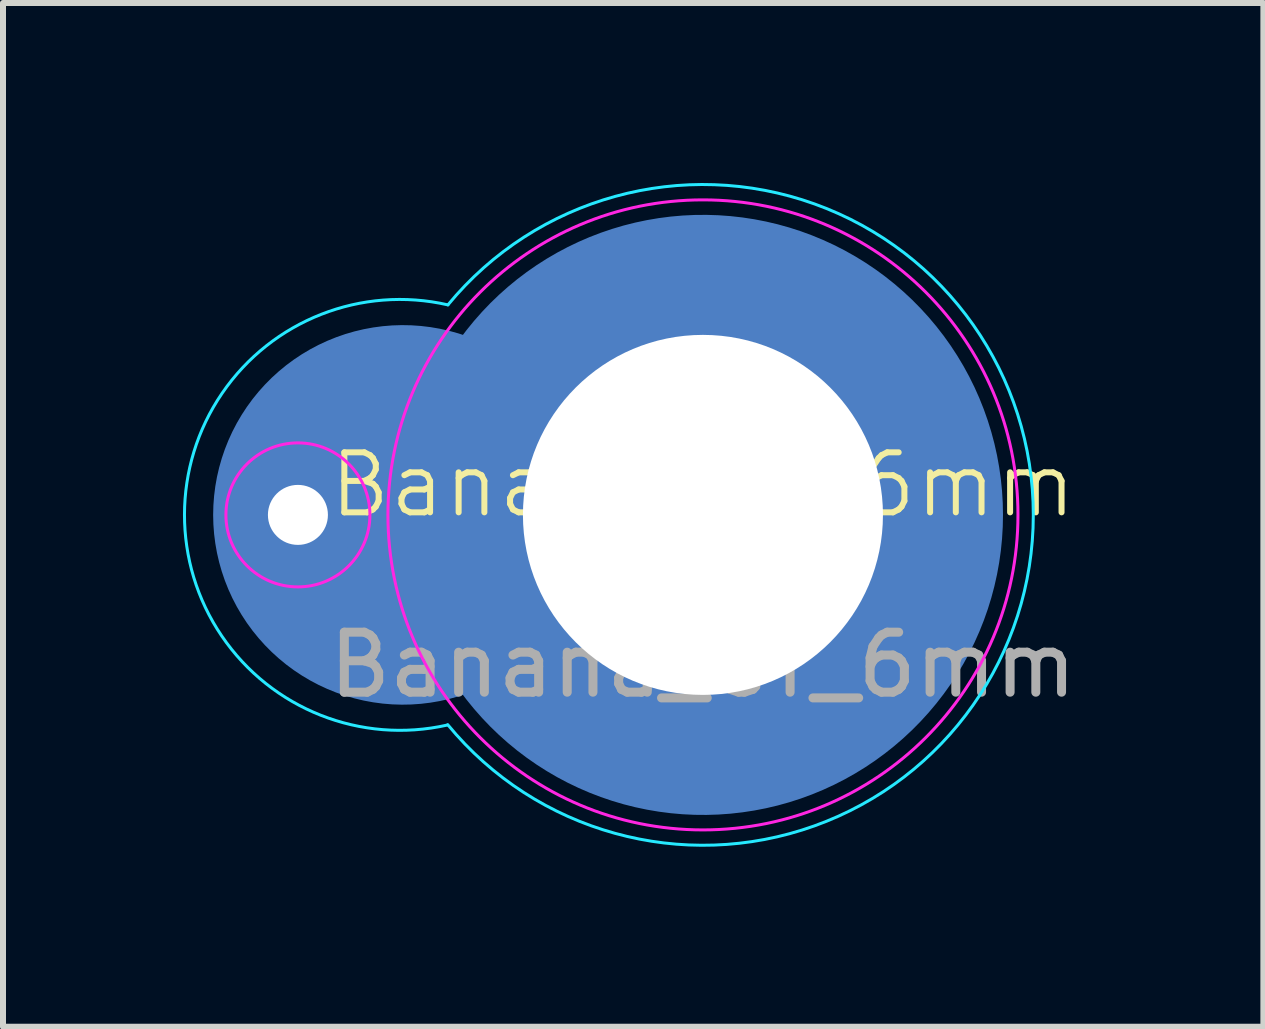
<source format=kicad_pcb>
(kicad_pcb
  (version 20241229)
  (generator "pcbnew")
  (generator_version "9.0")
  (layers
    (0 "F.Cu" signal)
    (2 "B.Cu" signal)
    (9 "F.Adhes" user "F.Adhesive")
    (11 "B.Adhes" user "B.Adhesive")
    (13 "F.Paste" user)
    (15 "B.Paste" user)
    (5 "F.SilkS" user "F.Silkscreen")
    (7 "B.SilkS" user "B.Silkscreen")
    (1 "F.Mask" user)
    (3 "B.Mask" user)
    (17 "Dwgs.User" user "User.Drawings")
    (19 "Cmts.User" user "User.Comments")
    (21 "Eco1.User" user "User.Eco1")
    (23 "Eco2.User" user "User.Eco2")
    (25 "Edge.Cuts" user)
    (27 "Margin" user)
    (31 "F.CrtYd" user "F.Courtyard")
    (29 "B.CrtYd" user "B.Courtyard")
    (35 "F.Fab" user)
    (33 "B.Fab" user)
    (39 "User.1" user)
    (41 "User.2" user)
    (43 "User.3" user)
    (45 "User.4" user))
  (footprint "Banana_CT_6mm"
    (layer "F.Cu")
    (at 8.665 5.531)
    (property "Reference" "Banana_CT_6mm" (at 0 -0.5 0) (unlocked yes) (layer "F.SilkS") (effects (font (size 1 1) (thickness 0.1))))
    (attr through_hole)
    (fp_poly (pts (arc (start -4 -3) (mid -8.162277 -0.000001) (end -4 2.999998)) (arc (start -4 2.999998) (mid 4.999999 -0.000001) (end -4 -3))) (stroke (width 0) (type solid)) (fill yes) (layer "B.Cu"))
    (fp_poly (pts (arc (start -4 -2.999999) (mid -8.162277 0) (end -4 2.999999)) (arc (start -4 2.999999) (mid 4.999999 0) (end -4 -2.999999))) (stroke (width 0) (type solid)) (fill yes) (layer "B.Mask"))
    (fp_arc (start -4.260719 3.502432) (mid -8.64026 -0.005496) (end -4.25 -3.499999) (stroke (width 0.05) (type default)) (layer "B.CrtYd"))
    (fp_arc (start -4.25 -3.499999) (mid 5.505678 0.002463) (end -4.25313 3.496194) (stroke (width 0.05) (type default)) (layer "B.CrtYd"))
    (fp_circle (center -6.75 0) (end -5.55 0) (stroke (width 0.05) (type default)) (fill no) (layer "F.CrtYd"))
    (fp_circle (center 0 0) (end 5.25 0) (stroke (width 0.05) (type default)) (fill no) (layer "F.CrtYd"))
    (fp_text user "${REFERENCE}" (at 0 2.5 0) (unlocked yes) (layer "F.Fab") (effects (font (size 1 1) (thickness 0.15))))
    (pad "" np_thru_hole circle (at 0 0) (size 6 6) (drill 6) (layers "*.Cu" "*.Mask"))
    (pad "0" thru_hole circle (at -6.75 0) (size 2 2) (drill 1) (layers "*.Cu" "*.Mask")))
  (gr_rect
    (start -3 -3)
    (end 18.005 14.061)
    (stroke (width 0.1) (type default))
    (fill no)
    (layer "Edge.Cuts")))
</source>
